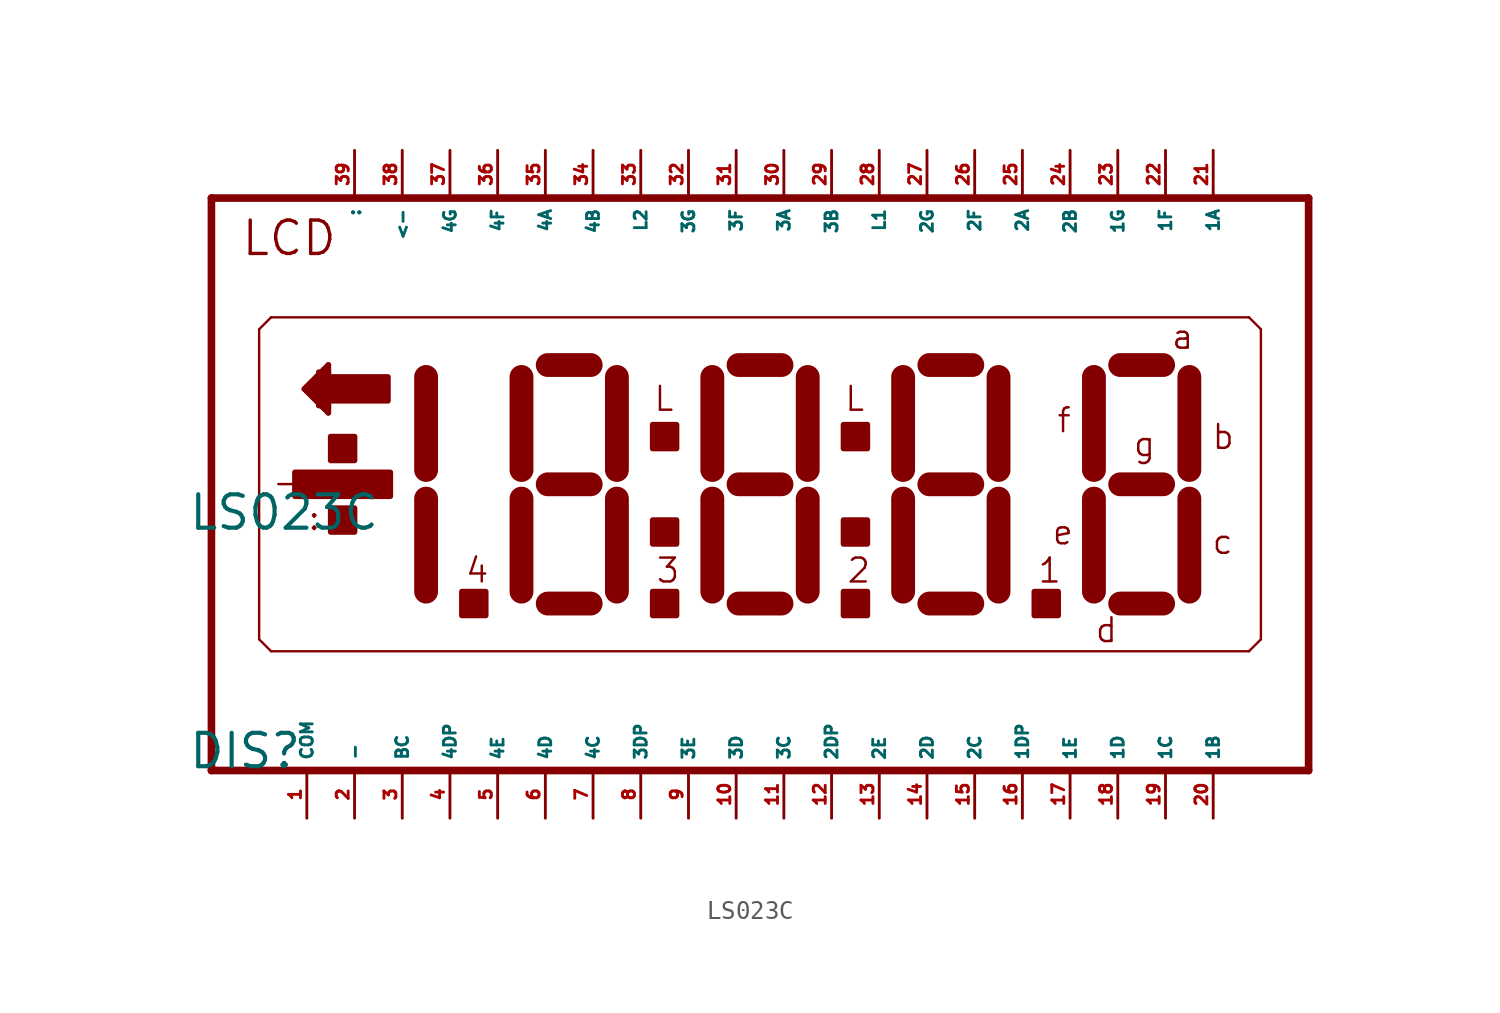
<source format=kicad_sym>
(kicad_symbol_lib
  (version 20220914)
  (generator Eagle2Kicad)
  (symbol "LS023C"
    (property "Reference" "DIS"
      (at -29.21 -15.24 0)
      (effects (font (size 1.778 1.778) (thickness 0.22)) (justify left bottom)))
    (property "Value" "LS023C"
      (at -29.21 -2.54 0)
      (effects (font (size 1.778 1.778) (thickness 0.22)) (justify left bottom)))
    (polyline
      (pts (xy -27.94 -15.24) (xy 30.48 -15.24))
      (stroke (width 0.406) (type default))
      (fill (type none)))
    (polyline
      (pts (xy 30.48 15.24) (xy -27.94 15.24))
      (stroke (width 0.406) (type default))
      (fill (type none)))
    (polyline
      (pts (xy -27.94 15.24) (xy -27.94 -15.24))
      (stroke (width 0.406) (type default))
      (fill (type none)))
    (polyline
      (pts (xy 30.48 -15.24) (xy 30.48 15.24))
      (stroke (width 0.406) (type default))
      (fill (type none)))
    (polyline
      (pts (xy -24.765 8.89) (xy -25.4 8.255))
      (stroke (width 0.127) (type default))
      (fill (type none)))
    (polyline
      (pts (xy -25.4 8.255) (xy -25.4 -8.255))
      (stroke (width 0.127) (type default))
      (fill (type none)))
    (polyline
      (pts (xy -25.4 -8.255) (xy -24.765 -8.89))
      (stroke (width 0.127) (type default))
      (fill (type none)))
    (polyline
      (pts (xy -24.765 -8.89) (xy 27.305 -8.89))
      (stroke (width 0.127) (type default))
      (fill (type none)))
    (polyline
      (pts (xy 27.305 -8.89) (xy 27.94 -8.255))
      (stroke (width 0.127) (type default))
      (fill (type none)))
    (polyline
      (pts (xy 27.94 -8.255) (xy 27.94 8.255))
      (stroke (width 0.127) (type default))
      (fill (type none)))
    (polyline
      (pts (xy 27.94 8.255) (xy 27.305 8.89))
      (stroke (width 0.127) (type default))
      (fill (type none)))
    (polyline
      (pts (xy 27.305 8.89) (xy -24.765 8.89))
      (stroke (width 0.127) (type default))
      (fill (type none)))
    (polyline
      (pts (xy -16.51 -5.715) (xy -16.51 -0.762))
      (stroke (width 1.27) (type default))
      (fill (type none)))
    (polyline
      (pts (xy -16.51 0.762) (xy -16.51 5.715))
      (stroke (width 1.27) (type default))
      (fill (type none)))
    (polyline
      (pts (xy 19.05 5.715) (xy 19.05 0.762))
      (stroke (width 1.27) (type default))
      (fill (type none)))
    (polyline
      (pts (xy 19.05 -0.762) (xy 19.05 -5.715))
      (stroke (width 1.27) (type default))
      (fill (type none)))
    (polyline
      (pts (xy 20.447 -6.35) (xy 22.733 -6.35))
      (stroke (width 1.27) (type default))
      (fill (type none)))
    (polyline
      (pts (xy 24.13 -5.715) (xy 24.13 -0.762))
      (stroke (width 1.27) (type default))
      (fill (type none)))
    (polyline
      (pts (xy 24.13 0.762) (xy 24.13 5.715))
      (stroke (width 1.27) (type default))
      (fill (type none)))
    (polyline
      (pts (xy 20.447 6.35) (xy 22.733 6.35))
      (stroke (width 1.27) (type default))
      (fill (type none)))
    (polyline
      (pts (xy 20.447 0) (xy 22.733 0))
      (stroke (width 1.27) (type default))
      (fill (type none)))
    (polyline
      (pts (xy -11.43 5.715) (xy -11.43 0.762))
      (stroke (width 1.27) (type default))
      (fill (type none)))
    (polyline
      (pts (xy -11.43 -0.762) (xy -11.43 -5.715))
      (stroke (width 1.27) (type default))
      (fill (type none)))
    (polyline
      (pts (xy -10.033 -6.35) (xy -7.747 -6.35))
      (stroke (width 1.27) (type default))
      (fill (type none)))
    (polyline
      (pts (xy -6.35 -5.715) (xy -6.35 -0.762))
      (stroke (width 1.27) (type default))
      (fill (type none)))
    (polyline
      (pts (xy -6.35 0.762) (xy -6.35 5.715))
      (stroke (width 1.27) (type default))
      (fill (type none)))
    (polyline
      (pts (xy -10.033 6.35) (xy -7.747 6.35))
      (stroke (width 1.27) (type default))
      (fill (type none)))
    (polyline
      (pts (xy -10.033 0) (xy -7.747 0))
      (stroke (width 1.27) (type default))
      (fill (type none)))
    (polyline
      (pts (xy 8.89 5.715) (xy 8.89 0.762))
      (stroke (width 1.27) (type default))
      (fill (type none)))
    (polyline
      (pts (xy 8.89 -0.762) (xy 8.89 -5.715))
      (stroke (width 1.27) (type default))
      (fill (type none)))
    (polyline
      (pts (xy 10.287 -6.35) (xy 12.573 -6.35))
      (stroke (width 1.27) (type default))
      (fill (type none)))
    (polyline
      (pts (xy 13.97 -5.715) (xy 13.97 -0.762))
      (stroke (width 1.27) (type default))
      (fill (type none)))
    (polyline
      (pts (xy 13.97 0.762) (xy 13.97 5.715))
      (stroke (width 1.27) (type default))
      (fill (type none)))
    (polyline
      (pts (xy 10.287 6.35) (xy 12.573 6.35))
      (stroke (width 1.27) (type default))
      (fill (type none)))
    (polyline
      (pts (xy 10.287 0) (xy 12.573 0))
      (stroke (width 1.27) (type default))
      (fill (type none)))
    (polyline
      (pts (xy -22.987 5.08) (xy -21.717 6.35))
      (stroke (width 0.305) (type default))
      (fill (type none)))
    (polyline
      (pts (xy -21.717 6.35) (xy -21.717 3.81))
      (stroke (width 0.305) (type default))
      (fill (type none)))
    (polyline
      (pts (xy -21.717 3.81) (xy -22.987 5.08))
      (stroke (width 0.305) (type default))
      (fill (type none)))
    (polyline
      (pts (xy -1.27 5.715) (xy -1.27 0.762))
      (stroke (width 1.27) (type default))
      (fill (type none)))
    (polyline
      (pts (xy -1.27 -0.762) (xy -1.27 -5.715))
      (stroke (width 1.27) (type default))
      (fill (type none)))
    (polyline
      (pts (xy 0.127 -6.35) (xy 2.413 -6.35))
      (stroke (width 1.27) (type default))
      (fill (type none)))
    (polyline
      (pts (xy 3.81 -5.715) (xy 3.81 -0.762))
      (stroke (width 1.27) (type default))
      (fill (type none)))
    (polyline
      (pts (xy 3.81 0.762) (xy 3.81 5.715))
      (stroke (width 1.27) (type default))
      (fill (type none)))
    (polyline
      (pts (xy 0.127 6.35) (xy 2.413 6.35))
      (stroke (width 1.27) (type default))
      (fill (type none)))
    (polyline
      (pts (xy 0.127 0) (xy 2.413 0))
      (stroke (width 1.27) (type default))
      (fill (type none)))
    (text "LCD"
      (at -26.416 12.065 0)
      (effects (font (size 1.778 1.778) (thickness 0.18)) (justify left bottom)))
    (text "L"
      (at 5.715 3.81 0)
      (effects (font (size 1.27 1.27) (thickness 0.13)) (justify left bottom)))
    (text "a"
      (at 23.114 7.112 0)
      (effects (font (size 1.27 1.27) (thickness 0.13)) (justify left bottom)))
    (text "b"
      (at 25.273 1.778 0)
      (effects (font (size 1.27 1.27) (thickness 0.13)) (justify left bottom)))
    (text "c"
      (at 25.273 -3.81 0)
      (effects (font (size 1.27 1.27) (thickness 0.13)) (justify left bottom)))
    (text "d"
      (at 19.05 -8.509 0)
      (effects (font (size 1.27 1.27) (thickness 0.13)) (justify left bottom)))
    (text "e"
      (at 16.764 -3.302 0)
      (effects (font (size 1.27 1.27) (thickness 0.13)) (justify left bottom)))
    (text "f"
      (at 17.018 2.667 0)
      (effects (font (size 1.27 1.27) (thickness 0.13)) (justify left bottom)))
    (text "g"
      (at 21.082 1.397 0)
      (effects (font (size 1.27 1.27) (thickness 0.13)) (justify left bottom)))
    (text ":"
      (at -22.86 -2.54 0)
      (effects (font (size 1.27 1.27) (thickness 0.13)) (justify left bottom)))
    (text "-"
      (at -24.765 -0.635 0)
      (effects (font (size 1.27 1.27) (thickness 0.13)) (justify left bottom)))
    (text "L"
      (at -4.445 3.81 0)
      (effects (font (size 1.27 1.27) (thickness 0.13)) (justify left bottom)))
    (text "1"
      (at 16.002 -5.334 0)
      (effects (font (size 1.27 1.27) (thickness 0.13)) (justify left bottom)))
    (text "2"
      (at 5.842 -5.334 0)
      (effects (font (size 1.27 1.27) (thickness 0.13)) (justify left bottom)))
    (text "3"
      (at -4.318 -5.334 0)
      (effects (font (size 1.27 1.27) (thickness 0.13)) (justify left bottom)))
    (text "4"
      (at -14.478 -5.334 0)
      (effects (font (size 1.27 1.27) (thickness 0.13)) (justify left bottom)))
    (rectangle
      (start -23.495 -0.635)
      (end -18.415 0.635)
      (stroke (width 0.3) (type default))
      (fill (type outline)))
    (rectangle
      (start -21.59 1.27)
      (end -20.32 2.54)
      (stroke (width 0.3) (type default))
      (fill (type outline)))
    (rectangle
      (start -21.59 -2.54)
      (end -20.32 -1.27)
      (stroke (width 0.3) (type default))
      (fill (type outline)))
    (rectangle
      (start -14.605 -6.985)
      (end -13.335 -5.715)
      (stroke (width 0.3) (type default))
      (fill (type outline)))
    (rectangle
      (start 5.715 -6.985)
      (end 6.985 -5.715)
      (stroke (width 0.3) (type default))
      (fill (type outline)))
    (rectangle
      (start 5.715 -3.175)
      (end 6.985 -1.905)
      (stroke (width 0.3) (type default))
      (fill (type outline)))
    (rectangle
      (start 5.715 1.905)
      (end 6.985 3.175)
      (stroke (width 0.3) (type default))
      (fill (type outline)))
    (rectangle
      (start 15.875 -6.985)
      (end 17.145 -5.715)
      (stroke (width 0.3) (type default))
      (fill (type outline)))
    (rectangle
      (start -22.86 4.953)
      (end -22.352 5.207)
      (stroke (width 0.3) (type default))
      (fill (type outline)))
    (rectangle
      (start -22.733 5.207)
      (end -22.352 5.334)
      (stroke (width 0.3) (type default))
      (fill (type outline)))
    (rectangle
      (start -22.606 5.334)
      (end -22.352 5.461)
      (stroke (width 0.3) (type default))
      (fill (type outline)))
    (rectangle
      (start -22.479 5.461)
      (end -22.352 5.588)
      (stroke (width 0.3) (type default))
      (fill (type outline)))
    (rectangle
      (start -22.733 4.826)
      (end -22.352 4.953)
      (stroke (width 0.3) (type default))
      (fill (type outline)))
    (rectangle
      (start -22.606 4.699)
      (end -22.352 4.826)
      (stroke (width 0.3) (type default))
      (fill (type outline)))
    (rectangle
      (start -22.479 4.572)
      (end -22.352 4.699)
      (stroke (width 0.3) (type default))
      (fill (type outline)))
    (rectangle
      (start -22.225 5.715)
      (end -21.717 5.969)
      (stroke (width 0.3) (type default))
      (fill (type outline)))
    (rectangle
      (start -21.971 5.969)
      (end -21.717 6.096)
      (stroke (width 0.3) (type default))
      (fill (type outline)))
    (rectangle
      (start -22.225 4.191)
      (end -21.717 4.445)
      (stroke (width 0.3) (type default))
      (fill (type outline)))
    (rectangle
      (start -21.971 4.064)
      (end -21.717 4.191)
      (stroke (width 0.3) (type default))
      (fill (type outline)))
    (rectangle
      (start -22.352 4.445)
      (end -18.542 5.715)
      (stroke (width 0.3) (type default))
      (fill (type outline)))
    (rectangle
      (start -4.445 -6.985)
      (end -3.175 -5.715)
      (stroke (width 0.3) (type default))
      (fill (type outline)))
    (rectangle
      (start -4.445 -3.175)
      (end -3.175 -1.905)
      (stroke (width 0.3) (type default))
      (fill (type outline)))
    (rectangle
      (start -4.445 1.905)
      (end -3.175 3.175)
      (stroke (width 0.3) (type default))
      (fill (type outline)))
    (pin passive line
      (at -22.86 -17.78 90)
      (length 2.54)
      (name "COM" (effects (font (size 0.635 0.635) (thickness 0.08)) (justify left bottom)))
      (number "1" (effects (font (size 0.635 0.635) (thickness 0.08)) (justify left bottom))))
    (pin passive line
      (at -20.32 -17.78 90)
      (length 2.54)
      (name "-" (effects (font (size 0.635 0.635) (thickness 0.08)) (justify left bottom)))
      (number "2" (effects (font (size 0.635 0.635) (thickness 0.08)) (justify left bottom))))
    (pin passive line
      (at -17.78 -17.78 90)
      (length 2.54)
      (name "BC" (effects (font (size 0.635 0.635) (thickness 0.08)) (justify left bottom)))
      (number "3" (effects (font (size 0.635 0.635) (thickness 0.08)) (justify left bottom))))
    (pin passive line
      (at -5.08 -17.78 90)
      (length 2.54)
      (name "3DP" (effects (font (size 0.635 0.635) (thickness 0.08)) (justify left bottom)))
      (number "8" (effects (font (size 0.635 0.635) (thickness 0.08)) (justify left bottom))))
    (pin passive line
      (at -2.54 -17.78 90)
      (length 2.54)
      (name "3E" (effects (font (size 0.635 0.635) (thickness 0.08)) (justify left bottom)))
      (number "9" (effects (font (size 0.635 0.635) (thickness 0.08)) (justify left bottom))))
    (pin passive line
      (at 0 -17.78 90)
      (length 2.54)
      (name "3D" (effects (font (size 0.635 0.635) (thickness 0.08)) (justify left bottom)))
      (number "10" (effects (font (size 0.635 0.635) (thickness 0.08)) (justify left bottom))))
    (pin passive line
      (at 2.54 -17.78 90)
      (length 2.54)
      (name "3C" (effects (font (size 0.635 0.635) (thickness 0.08)) (justify left bottom)))
      (number "11" (effects (font (size 0.635 0.635) (thickness 0.08)) (justify left bottom))))
    (pin passive line
      (at 5.08 -17.78 90)
      (length 2.54)
      (name "2DP" (effects (font (size 0.635 0.635) (thickness 0.08)) (justify left bottom)))
      (number "12" (effects (font (size 0.635 0.635) (thickness 0.08)) (justify left bottom))))
    (pin passive line
      (at 7.62 -17.78 90)
      (length 2.54)
      (name "2E" (effects (font (size 0.635 0.635) (thickness 0.08)) (justify left bottom)))
      (number "13" (effects (font (size 0.635 0.635) (thickness 0.08)) (justify left bottom))))
    (pin passive line
      (at 10.16 -17.78 90)
      (length 2.54)
      (name "2D" (effects (font (size 0.635 0.635) (thickness 0.08)) (justify left bottom)))
      (number "14" (effects (font (size 0.635 0.635) (thickness 0.08)) (justify left bottom))))
    (pin passive line
      (at 12.7 -17.78 90)
      (length 2.54)
      (name "2C" (effects (font (size 0.635 0.635) (thickness 0.08)) (justify left bottom)))
      (number "15" (effects (font (size 0.635 0.635) (thickness 0.08)) (justify left bottom))))
    (pin passive line
      (at 15.24 -17.78 90)
      (length 2.54)
      (name "1DP" (effects (font (size 0.635 0.635) (thickness 0.08)) (justify left bottom)))
      (number "16" (effects (font (size 0.635 0.635) (thickness 0.08)) (justify left bottom))))
    (pin passive line
      (at 17.78 -17.78 90)
      (length 2.54)
      (name "1E" (effects (font (size 0.635 0.635) (thickness 0.08)) (justify left bottom)))
      (number "17" (effects (font (size 0.635 0.635) (thickness 0.08)) (justify left bottom))))
    (pin passive line
      (at 20.32 -17.78 90)
      (length 2.54)
      (name "1D" (effects (font (size 0.635 0.635) (thickness 0.08)) (justify left bottom)))
      (number "18" (effects (font (size 0.635 0.635) (thickness 0.08)) (justify left bottom))))
    (pin passive line
      (at 22.86 -17.78 90)
      (length 2.54)
      (name "1C" (effects (font (size 0.635 0.635) (thickness 0.08)) (justify left bottom)))
      (number "19" (effects (font (size 0.635 0.635) (thickness 0.08)) (justify left bottom))))
    (pin passive line
      (at 25.4 -17.78 90)
      (length 2.54)
      (name "1B" (effects (font (size 0.635 0.635) (thickness 0.08)) (justify left bottom)))
      (number "20" (effects (font (size 0.635 0.635) (thickness 0.08)) (justify left bottom))))
    (pin passive line
      (at 25.4 17.78 270)
      (length 2.54)
      (name "1A" (effects (font (size 0.635 0.635) (thickness 0.08)) (justify left bottom)))
      (number "21" (effects (font (size 0.635 0.635) (thickness 0.08)) (justify left bottom))))
    (pin passive line
      (at 22.86 17.78 270)
      (length 2.54)
      (name "1F" (effects (font (size 0.635 0.635) (thickness 0.08)) (justify left bottom)))
      (number "22" (effects (font (size 0.635 0.635) (thickness 0.08)) (justify left bottom))))
    (pin passive line
      (at 20.32 17.78 270)
      (length 2.54)
      (name "1G" (effects (font (size 0.635 0.635) (thickness 0.08)) (justify left bottom)))
      (number "23" (effects (font (size 0.635 0.635) (thickness 0.08)) (justify left bottom))))
    (pin passive line
      (at 17.78 17.78 270)
      (length 2.54)
      (name "2B" (effects (font (size 0.635 0.635) (thickness 0.08)) (justify left bottom)))
      (number "24" (effects (font (size 0.635 0.635) (thickness 0.08)) (justify left bottom))))
    (pin passive line
      (at 15.24 17.78 270)
      (length 2.54)
      (name "2A" (effects (font (size 0.635 0.635) (thickness 0.08)) (justify left bottom)))
      (number "25" (effects (font (size 0.635 0.635) (thickness 0.08)) (justify left bottom))))
    (pin passive line
      (at 12.7 17.78 270)
      (length 2.54)
      (name "2F" (effects (font (size 0.635 0.635) (thickness 0.08)) (justify left bottom)))
      (number "26" (effects (font (size 0.635 0.635) (thickness 0.08)) (justify left bottom))))
    (pin passive line
      (at 10.16 17.78 270)
      (length 2.54)
      (name "2G" (effects (font (size 0.635 0.635) (thickness 0.08)) (justify left bottom)))
      (number "27" (effects (font (size 0.635 0.635) (thickness 0.08)) (justify left bottom))))
    (pin passive line
      (at 7.62 17.78 270)
      (length 2.54)
      (name "L1" (effects (font (size 0.635 0.635) (thickness 0.08)) (justify left bottom)))
      (number "28" (effects (font (size 0.635 0.635) (thickness 0.08)) (justify left bottom))))
    (pin passive line
      (at 5.08 17.78 270)
      (length 2.54)
      (name "3B" (effects (font (size 0.635 0.635) (thickness 0.08)) (justify left bottom)))
      (number "29" (effects (font (size 0.635 0.635) (thickness 0.08)) (justify left bottom))))
    (pin passive line
      (at 2.54 17.78 270)
      (length 2.54)
      (name "3A" (effects (font (size 0.635 0.635) (thickness 0.08)) (justify left bottom)))
      (number "30" (effects (font (size 0.635 0.635) (thickness 0.08)) (justify left bottom))))
    (pin passive line
      (at 0 17.78 270)
      (length 2.54)
      (name "3F" (effects (font (size 0.635 0.635) (thickness 0.08)) (justify left bottom)))
      (number "31" (effects (font (size 0.635 0.635) (thickness 0.08)) (justify left bottom))))
    (pin passive line
      (at -2.54 17.78 270)
      (length 2.54)
      (name "3G" (effects (font (size 0.635 0.635) (thickness 0.08)) (justify left bottom)))
      (number "32" (effects (font (size 0.635 0.635) (thickness 0.08)) (justify left bottom))))
    (pin passive line
      (at -17.78 17.78 270)
      (length 2.54)
      (name "<-" (effects (font (size 0.635 0.635) (thickness 0.08)) (justify left bottom)))
      (number "38" (effects (font (size 0.635 0.635) (thickness 0.08)) (justify left bottom))))
    (pin passive line
      (at -20.32 17.78 270)
      (length 2.54)
      (name ":" (effects (font (size 0.635 0.635) (thickness 0.08)) (justify left bottom)))
      (number "39" (effects (font (size 0.635 0.635) (thickness 0.08)) (justify left bottom))))
    (pin passive line
      (at -15.24 -17.78 90)
      (length 2.54)
      (name "4DP" (effects (font (size 0.635 0.635) (thickness 0.08)) (justify left bottom)))
      (number "4" (effects (font (size 0.635 0.635) (thickness 0.08)) (justify left bottom))))
    (pin passive line
      (at -12.7 -17.78 90)
      (length 2.54)
      (name "4E" (effects (font (size 0.635 0.635) (thickness 0.08)) (justify left bottom)))
      (number "5" (effects (font (size 0.635 0.635) (thickness 0.08)) (justify left bottom))))
    (pin passive line
      (at -10.16 -17.78 90)
      (length 2.54)
      (name "4D" (effects (font (size 0.635 0.635) (thickness 0.08)) (justify left bottom)))
      (number "6" (effects (font (size 0.635 0.635) (thickness 0.08)) (justify left bottom))))
    (pin passive line
      (at -7.62 -17.78 90)
      (length 2.54)
      (name "4C" (effects (font (size 0.635 0.635) (thickness 0.08)) (justify left bottom)))
      (number "7" (effects (font (size 0.635 0.635) (thickness 0.08)) (justify left bottom))))
    (pin passive line
      (at -5.08 17.78 270)
      (length 2.54)
      (name "L2" (effects (font (size 0.635 0.635) (thickness 0.08)) (justify left bottom)))
      (number "33" (effects (font (size 0.635 0.635) (thickness 0.08)) (justify left bottom))))
    (pin passive line
      (at -7.62 17.78 270)
      (length 2.54)
      (name "4B" (effects (font (size 0.635 0.635) (thickness 0.08)) (justify left bottom)))
      (number "34" (effects (font (size 0.635 0.635) (thickness 0.08)) (justify left bottom))))
    (pin passive line
      (at -10.16 17.78 270)
      (length 2.54)
      (name "4A" (effects (font (size 0.635 0.635) (thickness 0.08)) (justify left bottom)))
      (number "35" (effects (font (size 0.635 0.635) (thickness 0.08)) (justify left bottom))))
    (pin passive line
      (at -12.7 17.78 270)
      (length 2.54)
      (name "4F" (effects (font (size 0.635 0.635) (thickness 0.08)) (justify left bottom)))
      (number "36" (effects (font (size 0.635 0.635) (thickness 0.08)) (justify left bottom))))
    (pin passive line
      (at -15.24 17.78 270)
      (length 2.54)
      (name "4G" (effects (font (size 0.635 0.635) (thickness 0.08)) (justify left bottom)))
      (number "37" (effects (font (size 0.635 0.635) (thickness 0.08)) (justify left bottom))))))
</source>
